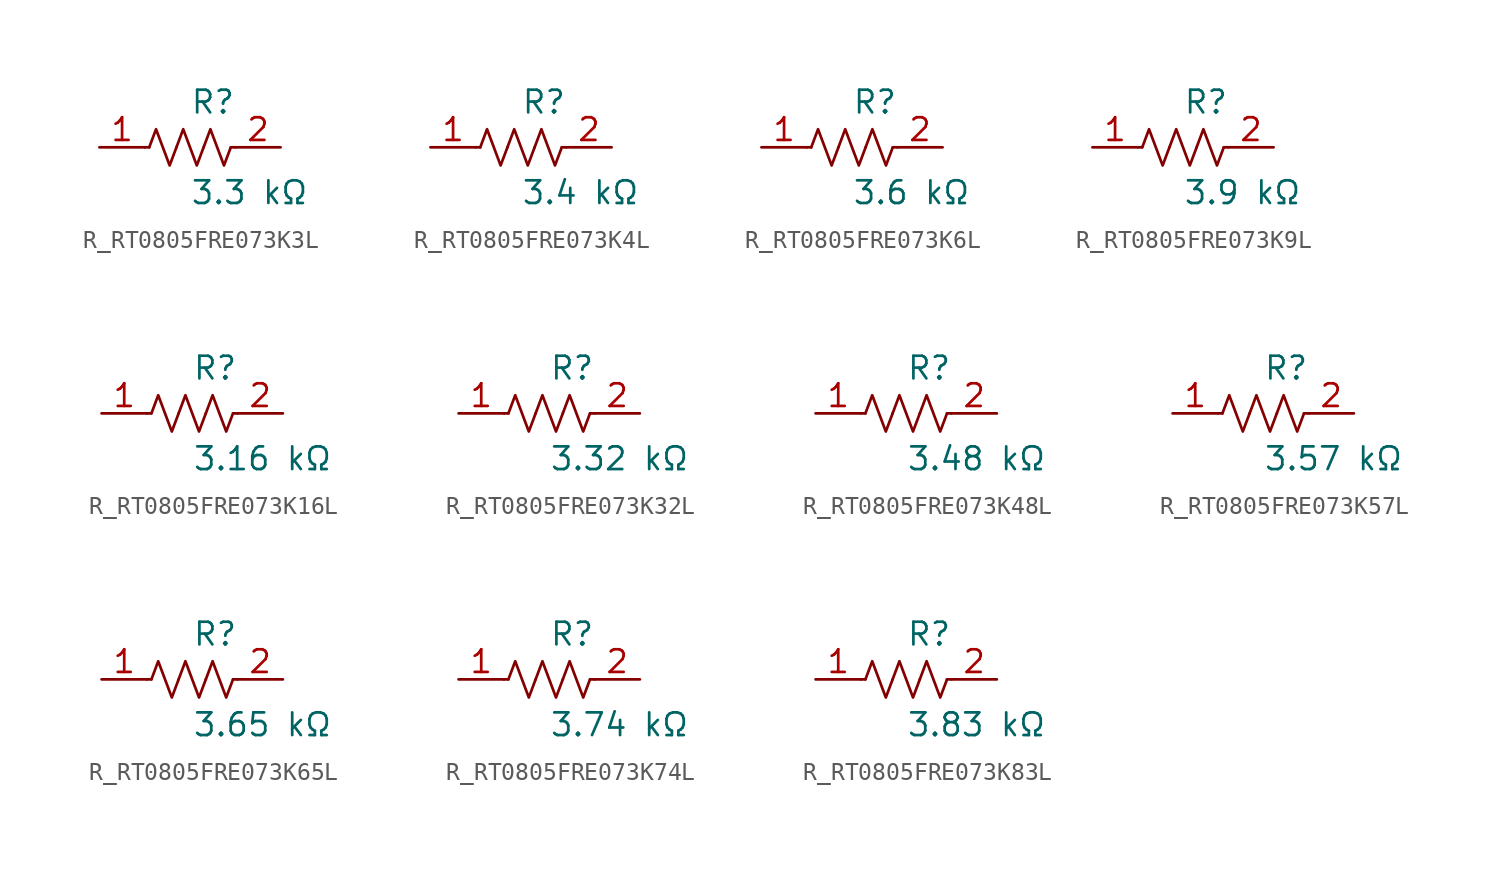
<source format=kicad_sym>
(kicad_symbol_lib
  (version 20231120)
  (generator kicad_symbol_editor)
  (generator_version 8.0)
  (symbol "R_RT0805FRE073K3L"
    (pin_names
      (offset 0.254))
    (property "Reference" "R"
      (at 0 2.54 0)
      (effects (font (size 1.27 1.27)) (justify left)))
    (property "Value" "3.3 kΩ"
      (at 0 -2.54 0)
      (effects (font (size 1.27 1.27)) (justify left)))
    (symbol "R_RT0805FRE073K3L_0_1"
      (polyline (pts (xy 2.286 0) (xy 2.54 0)) (stroke (width 0) (type default)) (fill (type none)))
      (polyline (pts (xy -2.286 0) (xy -2.54 0)) (stroke (width 0) (type default)) (fill (type none)))
      (polyline (pts (xy 0.762 0) (xy 1.143 1.016) (xy 1.524 0) (xy 1.905 -1.016) (xy 2.286 0)) (stroke (width 0) (type default)) (fill (type none)))
      (polyline (pts (xy -0.762 0) (xy -0.381 1.016) (xy 0 0) (xy 0.381 -1.016) (xy 0.762 0)) (stroke (width 0) (type default)) (fill (type none)))
      (polyline (pts (xy -2.286 0) (xy -1.905 1.016) (xy -1.524 0) (xy -1.143 -1.016) (xy -0.762 0)) (stroke (width 0) (type default)) (fill (type none))))
    (pin passive line
      (at -5.08 0 0)
      (length 2.54)
      (name "" (effects (font (size 1.27 1.27))))
      (number "1" (effects (font (size 1.27 1.27)))))
    (pin passive line
      (at 5.08 0 180)
      (length 2.54)
      (name "" (effects (font (size 1.27 1.27))))
      (number "2" (effects (font (size 1.27 1.27))))))
  (symbol "R_RT0805FRE073K4L"
    (pin_names
      (offset 0.254))
    (property "Reference" "R"
      (at 0 2.54 0)
      (effects (font (size 1.27 1.27)) (justify left)))
    (property "Value" "3.4 kΩ"
      (at 0 -2.54 0)
      (effects (font (size 1.27 1.27)) (justify left)))
    (symbol "R_RT0805FRE073K4L_0_1"
      (polyline (pts (xy 2.286 0) (xy 2.54 0)) (stroke (width 0) (type default)) (fill (type none)))
      (polyline (pts (xy -2.286 0) (xy -2.54 0)) (stroke (width 0) (type default)) (fill (type none)))
      (polyline (pts (xy 0.762 0) (xy 1.143 1.016) (xy 1.524 0) (xy 1.905 -1.016) (xy 2.286 0)) (stroke (width 0) (type default)) (fill (type none)))
      (polyline (pts (xy -0.762 0) (xy -0.381 1.016) (xy 0 0) (xy 0.381 -1.016) (xy 0.762 0)) (stroke (width 0) (type default)) (fill (type none)))
      (polyline (pts (xy -2.286 0) (xy -1.905 1.016) (xy -1.524 0) (xy -1.143 -1.016) (xy -0.762 0)) (stroke (width 0) (type default)) (fill (type none))))
    (pin passive line
      (at -5.08 0 0)
      (length 2.54)
      (name "" (effects (font (size 1.27 1.27))))
      (number "1" (effects (font (size 1.27 1.27)))))
    (pin passive line
      (at 5.08 0 180)
      (length 2.54)
      (name "" (effects (font (size 1.27 1.27))))
      (number "2" (effects (font (size 1.27 1.27))))))
  (symbol "R_RT0805FRE073K6L"
    (pin_names
      (offset 0.254))
    (property "Reference" "R"
      (at 0 2.54 0)
      (effects (font (size 1.27 1.27)) (justify left)))
    (property "Value" "3.6 kΩ"
      (at 0 -2.54 0)
      (effects (font (size 1.27 1.27)) (justify left)))
    (symbol "R_RT0805FRE073K6L_0_1"
      (polyline (pts (xy 2.286 0) (xy 2.54 0)) (stroke (width 0) (type default)) (fill (type none)))
      (polyline (pts (xy -2.286 0) (xy -2.54 0)) (stroke (width 0) (type default)) (fill (type none)))
      (polyline (pts (xy 0.762 0) (xy 1.143 1.016) (xy 1.524 0) (xy 1.905 -1.016) (xy 2.286 0)) (stroke (width 0) (type default)) (fill (type none)))
      (polyline (pts (xy -0.762 0) (xy -0.381 1.016) (xy 0 0) (xy 0.381 -1.016) (xy 0.762 0)) (stroke (width 0) (type default)) (fill (type none)))
      (polyline (pts (xy -2.286 0) (xy -1.905 1.016) (xy -1.524 0) (xy -1.143 -1.016) (xy -0.762 0)) (stroke (width 0) (type default)) (fill (type none))))
    (pin passive line
      (at -5.08 0 0)
      (length 2.54)
      (name "" (effects (font (size 1.27 1.27))))
      (number "1" (effects (font (size 1.27 1.27)))))
    (pin passive line
      (at 5.08 0 180)
      (length 2.54)
      (name "" (effects (font (size 1.27 1.27))))
      (number "2" (effects (font (size 1.27 1.27))))))
  (symbol "R_RT0805FRE073K9L"
    (pin_names
      (offset 0.254))
    (property "Reference" "R"
      (at 0 2.54 0)
      (effects (font (size 1.27 1.27)) (justify left)))
    (property "Value" "3.9 kΩ"
      (at 0 -2.54 0)
      (effects (font (size 1.27 1.27)) (justify left)))
    (symbol "R_RT0805FRE073K9L_0_1"
      (polyline (pts (xy 2.286 0) (xy 2.54 0)) (stroke (width 0) (type default)) (fill (type none)))
      (polyline (pts (xy -2.286 0) (xy -2.54 0)) (stroke (width 0) (type default)) (fill (type none)))
      (polyline (pts (xy 0.762 0) (xy 1.143 1.016) (xy 1.524 0) (xy 1.905 -1.016) (xy 2.286 0)) (stroke (width 0) (type default)) (fill (type none)))
      (polyline (pts (xy -0.762 0) (xy -0.381 1.016) (xy 0 0) (xy 0.381 -1.016) (xy 0.762 0)) (stroke (width 0) (type default)) (fill (type none)))
      (polyline (pts (xy -2.286 0) (xy -1.905 1.016) (xy -1.524 0) (xy -1.143 -1.016) (xy -0.762 0)) (stroke (width 0) (type default)) (fill (type none))))
    (pin passive line
      (at -5.08 0 0)
      (length 2.54)
      (name "" (effects (font (size 1.27 1.27))))
      (number "1" (effects (font (size 1.27 1.27)))))
    (pin passive line
      (at 5.08 0 180)
      (length 2.54)
      (name "" (effects (font (size 1.27 1.27))))
      (number "2" (effects (font (size 1.27 1.27))))))
  (symbol "R_RT0805FRE073K16L"
    (pin_names
      (offset 0.254))
    (property "Reference" "R"
      (at 0 2.54 0)
      (effects (font (size 1.27 1.27)) (justify left)))
    (property "Value" "3.16 kΩ"
      (at 0 -2.54 0)
      (effects (font (size 1.27 1.27)) (justify left)))
    (symbol "R_RT0805FRE073K16L_0_1"
      (polyline (pts (xy 2.286 0) (xy 2.54 0)) (stroke (width 0) (type default)) (fill (type none)))
      (polyline (pts (xy -2.286 0) (xy -2.54 0)) (stroke (width 0) (type default)) (fill (type none)))
      (polyline (pts (xy 0.762 0) (xy 1.143 1.016) (xy 1.524 0) (xy 1.905 -1.016) (xy 2.286 0)) (stroke (width 0) (type default)) (fill (type none)))
      (polyline (pts (xy -0.762 0) (xy -0.381 1.016) (xy 0 0) (xy 0.381 -1.016) (xy 0.762 0)) (stroke (width 0) (type default)) (fill (type none)))
      (polyline (pts (xy -2.286 0) (xy -1.905 1.016) (xy -1.524 0) (xy -1.143 -1.016) (xy -0.762 0)) (stroke (width 0) (type default)) (fill (type none))))
    (pin passive line
      (at -5.08 0 0)
      (length 2.54)
      (name "" (effects (font (size 1.27 1.27))))
      (number "1" (effects (font (size 1.27 1.27)))))
    (pin passive line
      (at 5.08 0 180)
      (length 2.54)
      (name "" (effects (font (size 1.27 1.27))))
      (number "2" (effects (font (size 1.27 1.27))))))
  (symbol "R_RT0805FRE073K32L"
    (pin_names
      (offset 0.254))
    (property "Reference" "R"
      (at 0 2.54 0)
      (effects (font (size 1.27 1.27)) (justify left)))
    (property "Value" "3.32 kΩ"
      (at 0 -2.54 0)
      (effects (font (size 1.27 1.27)) (justify left)))
    (symbol "R_RT0805FRE073K32L_0_1"
      (polyline (pts (xy 2.286 0) (xy 2.54 0)) (stroke (width 0) (type default)) (fill (type none)))
      (polyline (pts (xy -2.286 0) (xy -2.54 0)) (stroke (width 0) (type default)) (fill (type none)))
      (polyline (pts (xy 0.762 0) (xy 1.143 1.016) (xy 1.524 0) (xy 1.905 -1.016) (xy 2.286 0)) (stroke (width 0) (type default)) (fill (type none)))
      (polyline (pts (xy -0.762 0) (xy -0.381 1.016) (xy 0 0) (xy 0.381 -1.016) (xy 0.762 0)) (stroke (width 0) (type default)) (fill (type none)))
      (polyline (pts (xy -2.286 0) (xy -1.905 1.016) (xy -1.524 0) (xy -1.143 -1.016) (xy -0.762 0)) (stroke (width 0) (type default)) (fill (type none))))
    (pin passive line
      (at -5.08 0 0)
      (length 2.54)
      (name "" (effects (font (size 1.27 1.27))))
      (number "1" (effects (font (size 1.27 1.27)))))
    (pin passive line
      (at 5.08 0 180)
      (length 2.54)
      (name "" (effects (font (size 1.27 1.27))))
      (number "2" (effects (font (size 1.27 1.27))))))
  (symbol "R_RT0805FRE073K48L"
    (pin_names
      (offset 0.254))
    (property "Reference" "R"
      (at 0 2.54 0)
      (effects (font (size 1.27 1.27)) (justify left)))
    (property "Value" "3.48 kΩ"
      (at 0 -2.54 0)
      (effects (font (size 1.27 1.27)) (justify left)))
    (symbol "R_RT0805FRE073K48L_0_1"
      (polyline (pts (xy 2.286 0) (xy 2.54 0)) (stroke (width 0) (type default)) (fill (type none)))
      (polyline (pts (xy -2.286 0) (xy -2.54 0)) (stroke (width 0) (type default)) (fill (type none)))
      (polyline (pts (xy 0.762 0) (xy 1.143 1.016) (xy 1.524 0) (xy 1.905 -1.016) (xy 2.286 0)) (stroke (width 0) (type default)) (fill (type none)))
      (polyline (pts (xy -0.762 0) (xy -0.381 1.016) (xy 0 0) (xy 0.381 -1.016) (xy 0.762 0)) (stroke (width 0) (type default)) (fill (type none)))
      (polyline (pts (xy -2.286 0) (xy -1.905 1.016) (xy -1.524 0) (xy -1.143 -1.016) (xy -0.762 0)) (stroke (width 0) (type default)) (fill (type none))))
    (pin passive line
      (at -5.08 0 0)
      (length 2.54)
      (name "" (effects (font (size 1.27 1.27))))
      (number "1" (effects (font (size 1.27 1.27)))))
    (pin passive line
      (at 5.08 0 180)
      (length 2.54)
      (name "" (effects (font (size 1.27 1.27))))
      (number "2" (effects (font (size 1.27 1.27))))))
  (symbol "R_RT0805FRE073K57L"
    (pin_names
      (offset 0.254))
    (property "Reference" "R"
      (at 0 2.54 0)
      (effects (font (size 1.27 1.27)) (justify left)))
    (property "Value" "3.57 kΩ"
      (at 0 -2.54 0)
      (effects (font (size 1.27 1.27)) (justify left)))
    (symbol "R_RT0805FRE073K57L_0_1"
      (polyline (pts (xy 2.286 0) (xy 2.54 0)) (stroke (width 0) (type default)) (fill (type none)))
      (polyline (pts (xy -2.286 0) (xy -2.54 0)) (stroke (width 0) (type default)) (fill (type none)))
      (polyline (pts (xy 0.762 0) (xy 1.143 1.016) (xy 1.524 0) (xy 1.905 -1.016) (xy 2.286 0)) (stroke (width 0) (type default)) (fill (type none)))
      (polyline (pts (xy -0.762 0) (xy -0.381 1.016) (xy 0 0) (xy 0.381 -1.016) (xy 0.762 0)) (stroke (width 0) (type default)) (fill (type none)))
      (polyline (pts (xy -2.286 0) (xy -1.905 1.016) (xy -1.524 0) (xy -1.143 -1.016) (xy -0.762 0)) (stroke (width 0) (type default)) (fill (type none))))
    (pin passive line
      (at -5.08 0 0)
      (length 2.54)
      (name "" (effects (font (size 1.27 1.27))))
      (number "1" (effects (font (size 1.27 1.27)))))
    (pin passive line
      (at 5.08 0 180)
      (length 2.54)
      (name "" (effects (font (size 1.27 1.27))))
      (number "2" (effects (font (size 1.27 1.27))))))
  (symbol "R_RT0805FRE073K65L"
    (pin_names
      (offset 0.254))
    (property "Reference" "R"
      (at 0 2.54 0)
      (effects (font (size 1.27 1.27)) (justify left)))
    (property "Value" "3.65 kΩ"
      (at 0 -2.54 0)
      (effects (font (size 1.27 1.27)) (justify left)))
    (symbol "R_RT0805FRE073K65L_0_1"
      (polyline (pts (xy 2.286 0) (xy 2.54 0)) (stroke (width 0) (type default)) (fill (type none)))
      (polyline (pts (xy -2.286 0) (xy -2.54 0)) (stroke (width 0) (type default)) (fill (type none)))
      (polyline (pts (xy 0.762 0) (xy 1.143 1.016) (xy 1.524 0) (xy 1.905 -1.016) (xy 2.286 0)) (stroke (width 0) (type default)) (fill (type none)))
      (polyline (pts (xy -0.762 0) (xy -0.381 1.016) (xy 0 0) (xy 0.381 -1.016) (xy 0.762 0)) (stroke (width 0) (type default)) (fill (type none)))
      (polyline (pts (xy -2.286 0) (xy -1.905 1.016) (xy -1.524 0) (xy -1.143 -1.016) (xy -0.762 0)) (stroke (width 0) (type default)) (fill (type none))))
    (pin passive line
      (at -5.08 0 0)
      (length 2.54)
      (name "" (effects (font (size 1.27 1.27))))
      (number "1" (effects (font (size 1.27 1.27)))))
    (pin passive line
      (at 5.08 0 180)
      (length 2.54)
      (name "" (effects (font (size 1.27 1.27))))
      (number "2" (effects (font (size 1.27 1.27))))))
  (symbol "R_RT0805FRE073K74L"
    (pin_names
      (offset 0.254))
    (property "Reference" "R"
      (at 0 2.54 0)
      (effects (font (size 1.27 1.27)) (justify left)))
    (property "Value" "3.74 kΩ"
      (at 0 -2.54 0)
      (effects (font (size 1.27 1.27)) (justify left)))
    (symbol "R_RT0805FRE073K74L_0_1"
      (polyline (pts (xy 2.286 0) (xy 2.54 0)) (stroke (width 0) (type default)) (fill (type none)))
      (polyline (pts (xy -2.286 0) (xy -2.54 0)) (stroke (width 0) (type default)) (fill (type none)))
      (polyline (pts (xy 0.762 0) (xy 1.143 1.016) (xy 1.524 0) (xy 1.905 -1.016) (xy 2.286 0)) (stroke (width 0) (type default)) (fill (type none)))
      (polyline (pts (xy -0.762 0) (xy -0.381 1.016) (xy 0 0) (xy 0.381 -1.016) (xy 0.762 0)) (stroke (width 0) (type default)) (fill (type none)))
      (polyline (pts (xy -2.286 0) (xy -1.905 1.016) (xy -1.524 0) (xy -1.143 -1.016) (xy -0.762 0)) (stroke (width 0) (type default)) (fill (type none))))
    (pin passive line
      (at -5.08 0 0)
      (length 2.54)
      (name "" (effects (font (size 1.27 1.27))))
      (number "1" (effects (font (size 1.27 1.27)))))
    (pin passive line
      (at 5.08 0 180)
      (length 2.54)
      (name "" (effects (font (size 1.27 1.27))))
      (number "2" (effects (font (size 1.27 1.27))))))
  (symbol "R_RT0805FRE073K83L"
    (pin_names
      (offset 0.254))
    (property "Reference" "R"
      (at 0 2.54 0)
      (effects (font (size 1.27 1.27)) (justify left)))
    (property "Value" "3.83 kΩ"
      (at 0 -2.54 0)
      (effects (font (size 1.27 1.27)) (justify left)))
    (symbol "R_RT0805FRE073K83L_0_1"
      (polyline (pts (xy 2.286 0) (xy 2.54 0)) (stroke (width 0) (type default)) (fill (type none)))
      (polyline (pts (xy -2.286 0) (xy -2.54 0)) (stroke (width 0) (type default)) (fill (type none)))
      (polyline (pts (xy 0.762 0) (xy 1.143 1.016) (xy 1.524 0) (xy 1.905 -1.016) (xy 2.286 0)) (stroke (width 0) (type default)) (fill (type none)))
      (polyline (pts (xy -0.762 0) (xy -0.381 1.016) (xy 0 0) (xy 0.381 -1.016) (xy 0.762 0)) (stroke (width 0) (type default)) (fill (type none)))
      (polyline (pts (xy -2.286 0) (xy -1.905 1.016) (xy -1.524 0) (xy -1.143 -1.016) (xy -0.762 0)) (stroke (width 0) (type default)) (fill (type none))))
    (pin passive line
      (at -5.08 0 0)
      (length 2.54)
      (name "" (effects (font (size 1.27 1.27))))
      (number "1" (effects (font (size 1.27 1.27)))))
    (pin passive line
      (at 5.08 0 180)
      (length 2.54)
      (name "" (effects (font (size 1.27 1.27))))
      (number "2" (effects (font (size 1.27 1.27)))))))
</source>
